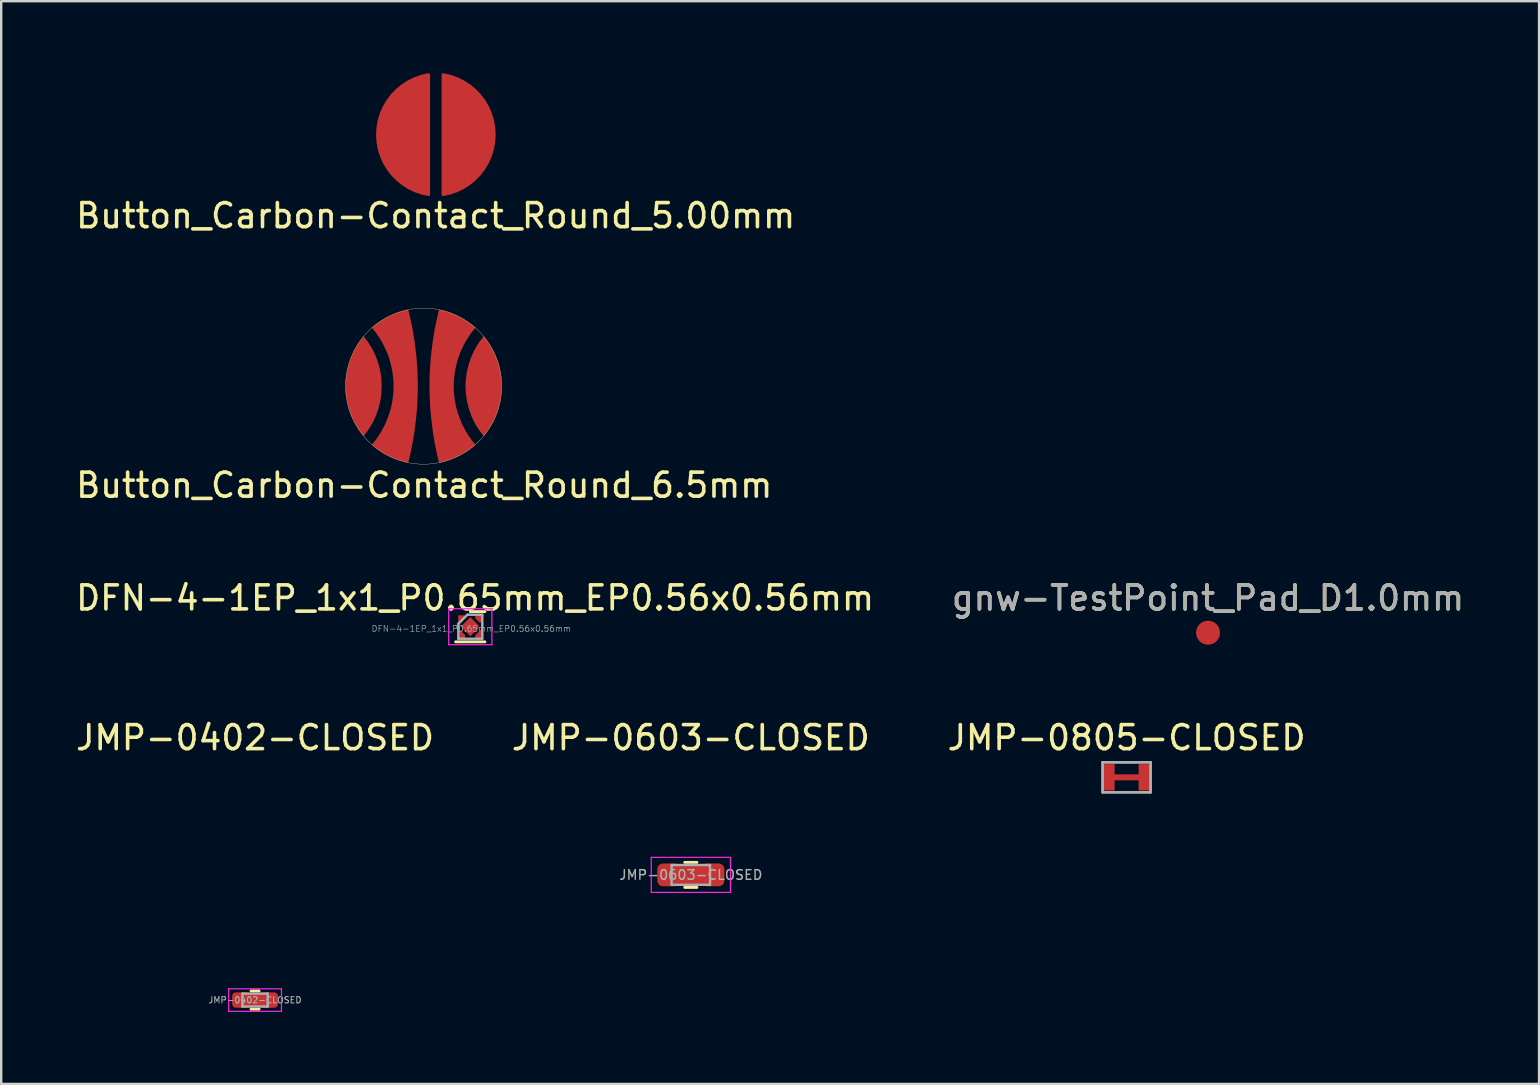
<source format=kicad_pcb>
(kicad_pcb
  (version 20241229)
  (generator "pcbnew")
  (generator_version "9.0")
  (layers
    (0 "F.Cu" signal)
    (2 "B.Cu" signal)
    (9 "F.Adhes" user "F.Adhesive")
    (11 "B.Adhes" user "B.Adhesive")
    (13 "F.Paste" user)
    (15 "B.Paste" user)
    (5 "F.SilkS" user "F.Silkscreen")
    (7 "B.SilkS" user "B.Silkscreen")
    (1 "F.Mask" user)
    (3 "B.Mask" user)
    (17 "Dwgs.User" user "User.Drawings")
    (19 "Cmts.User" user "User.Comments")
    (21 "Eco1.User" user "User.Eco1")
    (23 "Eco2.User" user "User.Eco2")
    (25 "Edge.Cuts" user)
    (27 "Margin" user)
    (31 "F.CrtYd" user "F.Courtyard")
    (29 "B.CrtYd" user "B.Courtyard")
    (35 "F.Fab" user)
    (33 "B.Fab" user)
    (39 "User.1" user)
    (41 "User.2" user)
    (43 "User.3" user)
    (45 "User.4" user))
  (footprint "DFN-4-1EP_1x1_P0.65mm_EP0.56x0.56mm"
    (layer "F.Cu")
    (at 16.544 23.061)
    (property "Reference" "DFN-4-1EP_1x1_P0.65mm_EP0.56x0.56mm" (at 0.2 -1.2 0) (layer "F.SilkS") (effects (font (size 1 1) (thickness 0.15))))
    (attr through_hole)
    (fp_line (start 0.61 -0.63) (end 0 -0.63) (stroke (width 0.12) (type solid)) (layer "F.SilkS"))
    (fp_line (start 0.61 0.63) (end -0.61 0.63) (stroke (width 0.12) (type solid)) (layer "F.SilkS"))
    (fp_line (start -0.9 -0.75) (end 0.9 -0.75) (stroke (width 0.05) (type solid)) (layer "F.CrtYd"))
    (fp_line (start -0.9 0.75) (end -0.9 -0.75) (stroke (width 0.05) (type solid)) (layer "F.CrtYd"))
    (fp_line (start 0.9 -0.75) (end 0.9 0.75) (stroke (width 0.05) (type solid)) (layer "F.CrtYd"))
    (fp_line (start 0.9 0.75) (end -0.9 0.75) (stroke (width 0.05) (type solid)) (layer "F.CrtYd"))
    (fp_line (start -0.5 0.5) (end -0.5 -0.12) (stroke (width 0.1) (type solid)) (layer "F.Fab"))
    (fp_line (start -0.12 -0.5) (end -0.5 -0.12) (stroke (width 0.1) (type solid)) (layer "F.Fab"))
    (fp_line (start -0.12 -0.5) (end 0.5 -0.5) (stroke (width 0.1) (type solid)) (layer "F.Fab"))
    (fp_line (start 0.5 -0.5) (end 0.5 0.5) (stroke (width 0.1) (type solid)) (layer "F.Fab"))
    (fp_line (start 0.5 0.5) (end -0.5 0.5) (stroke (width 0.1) (type solid)) (layer "F.Fab"))
    (fp_text user "${REFERENCE}" (at 0.04 0.08 0) (layer "F.Fab") (effects (font (size 0.25 0.25) (thickness 0.025))))
    (pad "1" smd custom (at 0.4 0.37) (size 0.1 0.1) (layers "F.Cu" "F.Mask" "F.Paste") (options (anchor circle)) (primitives (gr_poly (pts (xy 0.104 0.105) (xy -0.19 0.105) (xy -0.19 -0.015) (xy -0.01 -0.195) (xy 0.104 -0.195)) (width 0.001) (fill yes)) (gr_poly (pts (xy 0.104 0.105) (xy -0.19 0.105) (xy -0.19 -0.015) (xy 0.104 -0.309)) (width 0.001) (fill yes))))
    (pad "2" smd custom (at 0.4 -0.36) (size 0.1 0.1) (layers "F.Cu" "F.Mask" "F.Paste") (options (anchor circle)) (primitives (gr_poly (pts (xy 0.104 0.185) (xy -0.01 0.185) (xy -0.19 0.005) (xy -0.19 -0.115) (xy 0.104 -0.115)) (width 0.001) (fill yes))))
    (pad "3" smd custom (at -0.37 -0.37) (size 0.1 0.1) (layers "F.Cu" "F.Mask" "F.Paste") (options (anchor circle)) (primitives (gr_poly (pts (xy 0.16 0.015) (xy -0.02 0.195) (xy -0.134 0.195) (xy -0.134 -0.105) (xy 0.16 -0.105)) (width 0.001) (fill yes))))
    (pad "4" smd custom (at -0.39 0.35) (size 0.1 0.1) (layers "F.Cu" "F.Mask" "F.Paste") (options (anchor circle)) (primitives (gr_poly (pts (xy 0.18 0.005) (xy 0.18 0.125) (xy -0.114 0.125) (xy -0.114 -0.175) (xy 0 -0.175)) (width 0.001) (fill yes))))
    (pad "5" smd custom (at 0 0) (size 0.1 0.1) (layers "F.Cu" "F.Mask" "F.Paste") (options (anchor circle)) (primitives (gr_poly (pts (xy 0.345 -0.051) (xy 0.345 0.051) (xy 0 0.396) (xy -0.396 0) (xy 0 -0.396)) (width 0.001) (fill yes)))))
  (footprint "JMP-0603-CLOSED"
    (layer "F.Cu")
    (at 25.732 33.4)
    (property "Reference" "JMP-0603-CLOSED" (at 0 -5.715 0) (layer "F.SilkS") (effects (font (size 1 1) (thickness 0.15))))
    (attr through_hole)
    (fp_line (start -0.889 0) (end 0.889 0) (stroke (width 0.8) (type solid)) (layer "F.Cu"))
    (fp_line (start -0.255 -0.522) (end 0.255 -0.522) (stroke (width 0.12) (type solid)) (layer "F.SilkS"))
    (fp_line (start -0.255 0.522) (end 0.255 0.522) (stroke (width 0.12) (type solid)) (layer "F.SilkS"))
    (fp_line (start -1.65 -0.73) (end 1.65 -0.73) (stroke (width 0.05) (type solid)) (layer "F.CrtYd"))
    (fp_line (start -1.65 0.73) (end -1.65 -0.73) (stroke (width 0.05) (type solid)) (layer "F.CrtYd"))
    (fp_line (start 1.65 -0.73) (end 1.65 0.73) (stroke (width 0.05) (type solid)) (layer "F.CrtYd"))
    (fp_line (start 1.65 0.73) (end -1.65 0.73) (stroke (width 0.05) (type solid)) (layer "F.CrtYd"))
    (fp_line (start -0.8 -0.412) (end 0.8 -0.412) (stroke (width 0.1) (type solid)) (layer "F.Fab"))
    (fp_line (start -0.8 0.412) (end -0.8 -0.412) (stroke (width 0.1) (type solid)) (layer "F.Fab"))
    (fp_line (start 0.8 -0.412) (end 0.8 0.412) (stroke (width 0.1) (type solid)) (layer "F.Fab"))
    (fp_line (start 0.8 0.412) (end -0.8 0.412) (stroke (width 0.1) (type solid)) (layer "F.Fab"))
    (fp_text user "${REFERENCE}" (at 0 0 0) (layer "F.Fab") (effects (font (size 0.4 0.4) (thickness 0.06))))
    (pad "1" smd roundrect (at -0.912 0) (size 0.975 0.95) (layers "F.Cu" "F.Mask" "F.Paste") (roundrect_rratio 0.25))
    (pad "2" smd roundrect (at 0.912 0) (size 0.975 0.95) (layers "F.Cu" "F.Mask" "F.Paste") (roundrect_rratio 0.25)))
  (footprint "Button_Carbon-Contact_Round_6.5mm"
    (layer "F.Cu")
    (at 14.6 13.04)
    (property "Reference" "Button_Carbon-Contact_Round_6.5mm" (at 0.025 4.125 0) (layer "F.SilkS") (effects (font (size 1 1) (thickness 0.15))))
    (attr through_hole)
    (fp_circle (center 0 0) (end 3.25 0) (stroke (width 0.012) (type solid)) (fill no) (layer "F.SilkS"))
    (pad "1" smd custom (at 0.725 0) (size 0.5 0.5) (layers "F.Cu" "F.Mask" "F.Paste") (options (anchor circle)) (primitives (gr_poly (pts (xy -0.11 -3.061) (xy -0.202 -2.652) (xy -0.258 -2.383) (xy -0.321 -1.999) (xy -0.349 -1.814) (xy -0.385 -1.514) (xy -0.423 -1.189) (xy -0.463 -0.599) (xy -0.476 -0.178) (xy -0.476 0.142) (xy -0.466 0.5) (xy -0.446 0.907) (xy -0.405 1.339) (xy -0.331 1.935) (xy -0.265 2.329) (xy -0.189 2.718) (xy -0.126 3) (xy -0.077 3.183) (xy 0.042 3.157) (xy 0.261 3.096) (xy 0.614 2.962) (xy 0.842 2.847) (xy 1.035 2.733) (xy 1.238 2.591) (xy 1.426 2.436) (xy 1.282 2.261) (xy 1.137 2.055) (xy 1 1.826) (xy 0.885 1.608) (xy 0.779 1.356) (xy 0.685 1.087) (xy 0.626 0.886) (xy 0.57 0.597) (xy 0.542 0.376) (xy 0.527 0.163) (xy 0.525 -0.025) (xy 0.53 -0.236) (xy 0.563 -0.538) (xy 0.588 -0.686) (xy 0.647 -0.953) (xy 0.697 -1.133) (xy 0.781 -1.372) (xy 0.941 -1.72) (xy 1.015 -1.854) (xy 1.117 -2.019) (xy 1.261 -2.235) (xy 1.424 -2.433) (xy 1.401 -2.461) (xy 1.249 -2.583) (xy 1.114 -2.677) (xy 0.951 -2.786) (xy 0.748 -2.896) (xy 0.54 -2.995) (xy 0.367 -3.063) (xy 0.141 -3.132) (xy -0.08 -3.185)) (width 0.01) (fill yes))))
    (pad "2" smd custom (at -0.75 0) (size 0.5 0.5) (layers "F.Cu" "F.Mask" "F.Paste") (options (anchor circle)) (primitives (gr_poly (pts (xy 0.135 -3.061) (xy 0.227 -2.652) (xy 0.283 -2.383) (xy 0.346 -1.999) (xy 0.374 -1.814) (xy 0.41 -1.514) (xy 0.448 -1.189) (xy 0.488 -0.599) (xy 0.501 -0.178) (xy 0.501 0.142) (xy 0.491 0.5) (xy 0.471 0.907) (xy 0.43 1.339) (xy 0.356 1.935) (xy 0.29 2.329) (xy 0.214 2.718) (xy 0.151 3) (xy 0.102 3.183) (xy -0.017 3.157) (xy -0.236 3.096) (xy -0.589 2.962) (xy -0.817 2.847) (xy -1.01 2.733) (xy -1.213 2.591) (xy -1.401 2.436) (xy -1.257 2.261) (xy -1.112 2.055) (xy -0.975 1.826) (xy -0.86 1.608) (xy -0.754 1.356) (xy -0.66 1.087) (xy -0.601 0.886) (xy -0.545 0.597) (xy -0.517 0.376) (xy -0.502 0.163) (xy -0.5 -0.025) (xy -0.505 -0.236) (xy -0.538 -0.538) (xy -0.563 -0.686) (xy -0.622 -0.953) (xy -0.672 -1.133) (xy -0.756 -1.372) (xy -0.916 -1.72) (xy -0.99 -1.854) (xy -1.091 -2.019) (xy -1.236 -2.235) (xy -1.399 -2.433) (xy -1.376 -2.461) (xy -1.224 -2.583) (xy -1.089 -2.677) (xy -0.926 -2.786) (xy -0.723 -2.896) (xy -0.515 -2.995) (xy -0.342 -3.063) (xy -0.116 -3.132) (xy 0.105 -3.185)) (width 0.01) (fill yes))))
    (pad "2" smd custom (at 2.5 0) (size 0.5 0.5) (layers "F.Cu" "F.Mask" "F.Paste") (options (anchor circle)) (primitives (gr_poly (pts (xy 0.178 -1.839) (xy 0.356 -1.552) (xy 0.491 -1.27) (xy 0.603 -0.97) (xy 0.684 -0.655) (xy 0.732 -0.348) (xy 0.747 -0.028) (xy 0.735 0.3) (xy 0.692 0.612) (xy 0.615 0.919) (xy 0.511 1.222) (xy 0.374 1.514) (xy 0.206 1.793) (xy 0.13 1.9) (xy 0.006 2.065) (xy 0.001 2.07) (xy -0.195 1.814) (xy -0.355 1.554) (xy -0.495 1.265) (xy -0.604 0.965) (xy -0.685 0.65) (xy -0.736 0.315) (xy -0.751 0.023) (xy -0.739 -0.287) (xy -0.695 -0.594) (xy -0.619 -0.912) (xy -0.512 -1.217) (xy -0.383 -1.499) (xy -0.218 -1.783) (xy 0.001 -2.073)) (width 0.01) (fill yes))))
    (pad "5" smd custom (at -2.7 0) (size 0.01 0.01) (layers "F.Cu" "F.Mask" "F.Paste") (options (anchor circle)) (primitives (gr_poly (pts (xy 0.378 -1.839) (xy 0.556 -1.552) (xy 0.691 -1.27) (xy 0.803 -0.97) (xy 0.884 -0.655) (xy 0.932 -0.348) (xy 0.947 -0.028) (xy 0.935 0.3) (xy 0.892 0.612) (xy 0.815 0.919) (xy 0.711 1.222) (xy 0.574 1.514) (xy 0.406 1.793) (xy 0.33 1.9) (xy 0.206 2.065) (xy 0.201 2.07) (xy 0.005 1.814) (xy -0.155 1.554) (xy -0.295 1.265) (xy -0.404 0.965) (xy -0.485 0.65) (xy -0.536 0.315) (xy -0.551 0.023) (xy -0.538 -0.287) (xy -0.495 -0.594) (xy -0.419 -0.912) (xy -0.312 -1.217) (xy -0.183 -1.499) (xy -0.018 -1.783) (xy 0.201 -2.073)) (width 0.01) (fill yes)))))
  (footprint "gnw-TestPoint_Pad_D1.0mm"
    (layer "F.Cu")
    (at 47.28 23.311)
    (property "Reference" "gnw-TestPoint_Pad_D1.0mm" (at 0 -1.448 0) (layer "F.SilkS") (effects (font (size 1 1) (thickness 0.15))))
    (attr exclude_from_pos_files exclude_from_bom)
    (fp_text user "${REFERENCE}" (at 0 -1.45 0) (layer "F.Fab") (effects (font (size 1 1) (thickness 0.15))))
    (pad "1" smd circle (at 0 0) (size 1 1) (layers "F.Cu" "F.Mask")))
  (footprint "JMP-0805-CLOSED"
    (layer "F.Cu")
    (at 43.887 29.335)
    (property "Reference" "JMP-0805-CLOSED" (at 0 -1.65 0) (layer "F.SilkS") (effects (font (size 1 1) (thickness 0.15))))
    (attr through_hole)
    (fp_line (start -0.635 0) (end 0.635 0) (stroke (width 0.25) (type solid)) (layer "F.Cu"))
    (fp_line (start -1 -0.625) (end 1 -0.625) (stroke (width 0.1) (type solid)) (layer "F.Fab"))
    (fp_line (start -1 -0.625) (end 1 -0.625) (stroke (width 0.1) (type solid)) (layer "F.Fab"))
    (fp_line (start -1 0.625) (end -1 -0.625) (stroke (width 0.1) (type solid)) (layer "F.Fab"))
    (fp_line (start -1 0.625) (end -1 -0.625) (stroke (width 0.1) (type solid)) (layer "F.Fab"))
    (fp_line (start 1 -0.625) (end 1 0.625) (stroke (width 0.1) (type solid)) (layer "F.Fab"))
    (fp_line (start 1 -0.625) (end 1 0.625) (stroke (width 0.1) (type solid)) (layer "F.Fab"))
    (fp_line (start 1 0.625) (end -1 0.625) (stroke (width 0.1) (type solid)) (layer "F.Fab"))
    (fp_line (start 1 0.625) (end -1 0.625) (stroke (width 0.1) (type solid)) (layer "F.Fab"))
    (pad "1" smd rect (at -0.75 0) (size 0.5 1.1) (layers "F.Cu" "F.Mask" "F.Paste"))
    (pad "2" smd rect (at 0.75 0) (size 0.5 1.1) (layers "F.Cu" "F.Mask" "F.Paste")))
  (footprint "JMP-0402-CLOSED"
    (layer "F.Cu")
    (at 7.577 38.615)
    (property "Reference" "JMP-0402-CLOSED" (at 0 -10.93 0) (layer "F.SilkS") (effects (font (size 1 1) (thickness 0.15))))
    (attr through_hole)
    (fp_line (start -0.635 0) (end 0.635 0) (stroke (width 0.6) (type solid)) (layer "F.Cu"))
    (fp_line (start -0.168 -0.38) (end 0.168 -0.38) (stroke (width 0.12) (type solid)) (layer "F.SilkS"))
    (fp_line (start -0.168 0.38) (end 0.168 0.38) (stroke (width 0.12) (type solid)) (layer "F.SilkS"))
    (fp_line (start -1.1 -0.47) (end 1.1 -0.47) (stroke (width 0.05) (type solid)) (layer "F.CrtYd"))
    (fp_line (start -1.1 0.47) (end -1.1 -0.47) (stroke (width 0.05) (type solid)) (layer "F.CrtYd"))
    (fp_line (start 1.1 -0.47) (end 1.1 0.47) (stroke (width 0.05) (type solid)) (layer "F.CrtYd"))
    (fp_line (start 1.1 0.47) (end -1.1 0.47) (stroke (width 0.05) (type solid)) (layer "F.CrtYd"))
    (fp_line (start -0.525 -0.27) (end 0.525 -0.27) (stroke (width 0.1) (type solid)) (layer "F.Fab"))
    (fp_line (start -0.525 0.27) (end -0.525 -0.27) (stroke (width 0.1) (type solid)) (layer "F.Fab"))
    (fp_line (start 0.525 -0.27) (end 0.525 0.27) (stroke (width 0.1) (type solid)) (layer "F.Fab"))
    (fp_line (start 0.525 0.27) (end -0.525 0.27) (stroke (width 0.1) (type solid)) (layer "F.Fab"))
    (fp_text user "${REFERENCE}" (at 0 0 0) (layer "F.Fab") (effects (font (size 0.26 0.26) (thickness 0.04))))
    (pad "1" smd roundrect (at -0.598 0) (size 0.715 0.64) (layers "F.Cu" "F.Mask" "F.Paste") (roundrect_rratio 0.25))
    (pad "2" smd roundrect (at 0.598 0) (size 0.715 0.64) (layers "F.Cu" "F.Mask" "F.Paste") (roundrect_rratio 0.25)))
  (footprint "Button_Carbon-Contact_Round_5.00mm"
    (layer "F.Cu")
    (at 15.109 2.56)
    (property "Reference" "Button_Carbon-Contact_Round_5.00mm" (at -0.008 3.376 0) (layer "F.SilkS") (effects (font (size 1 1) (thickness 0.15))))
    (attr through_hole)
    (pad "1" smd custom (at -2.4 0) (size 0.1 0.1) (layers "F.Cu" "F.Mask" "F.Paste") (options (anchor circle)) (primitives (gr_arc (start 2.099151 2.499863) (mid -0.031797 -0.00043) (end 2.100001 -2.499999) (width 0.12)) (gr_line (start 2.1 -2.5) (end 2.1 2.5) (width 0.12)) (gr_poly (pts (xy 2.1 2.5) (xy 1.7 2.4) (xy 1.3 2.2) (xy 0.9 1.9) (xy 0.4 1.4) (xy 0.2 0.9) (xy 0 0.2) (xy 0 -0.4) (xy 0.2 -1) (xy 0.4 -1.4) (xy 0.9 -1.9) (xy 1.4 -2.2) (xy 1.7 -2.4) (xy 2.1 -2.5)) (width 0.1) (fill yes))))
    (pad "2" smd custom (at 2.4 0) (size 0.1 0.1) (layers "F.Cu" "F.Mask" "F.Paste") (options (anchor circle)) (primitives (gr_arc (start -2.100001 -2.499999) (mid 0.031797 -0.00043) (end -2.099151 2.499863) (width 0.12)) (gr_line (start -2.1 -2.5) (end -2.1 2.5) (width 0.12)) (gr_poly (pts (xy -2.1 2.5) (xy -1.7 2.4) (xy -1.3 2.2) (xy -0.9 1.9) (xy -0.4 1.4) (xy -0.2 0.9) (xy 0 0.2) (xy 0 -0.4) (xy -0.2 -1) (xy -0.4 -1.4) (xy -0.9 -1.9) (xy -1.4 -2.2) (xy -1.7 -2.4) (xy -2.1 -2.5)) (width 0.1) (fill yes)))))
  (gr_rect
    (start -3 -3)
    (end 61.071 42.11)
    (stroke (width 0.1) (type default))
    (fill no)
    (layer "Edge.Cuts")))
</source>
